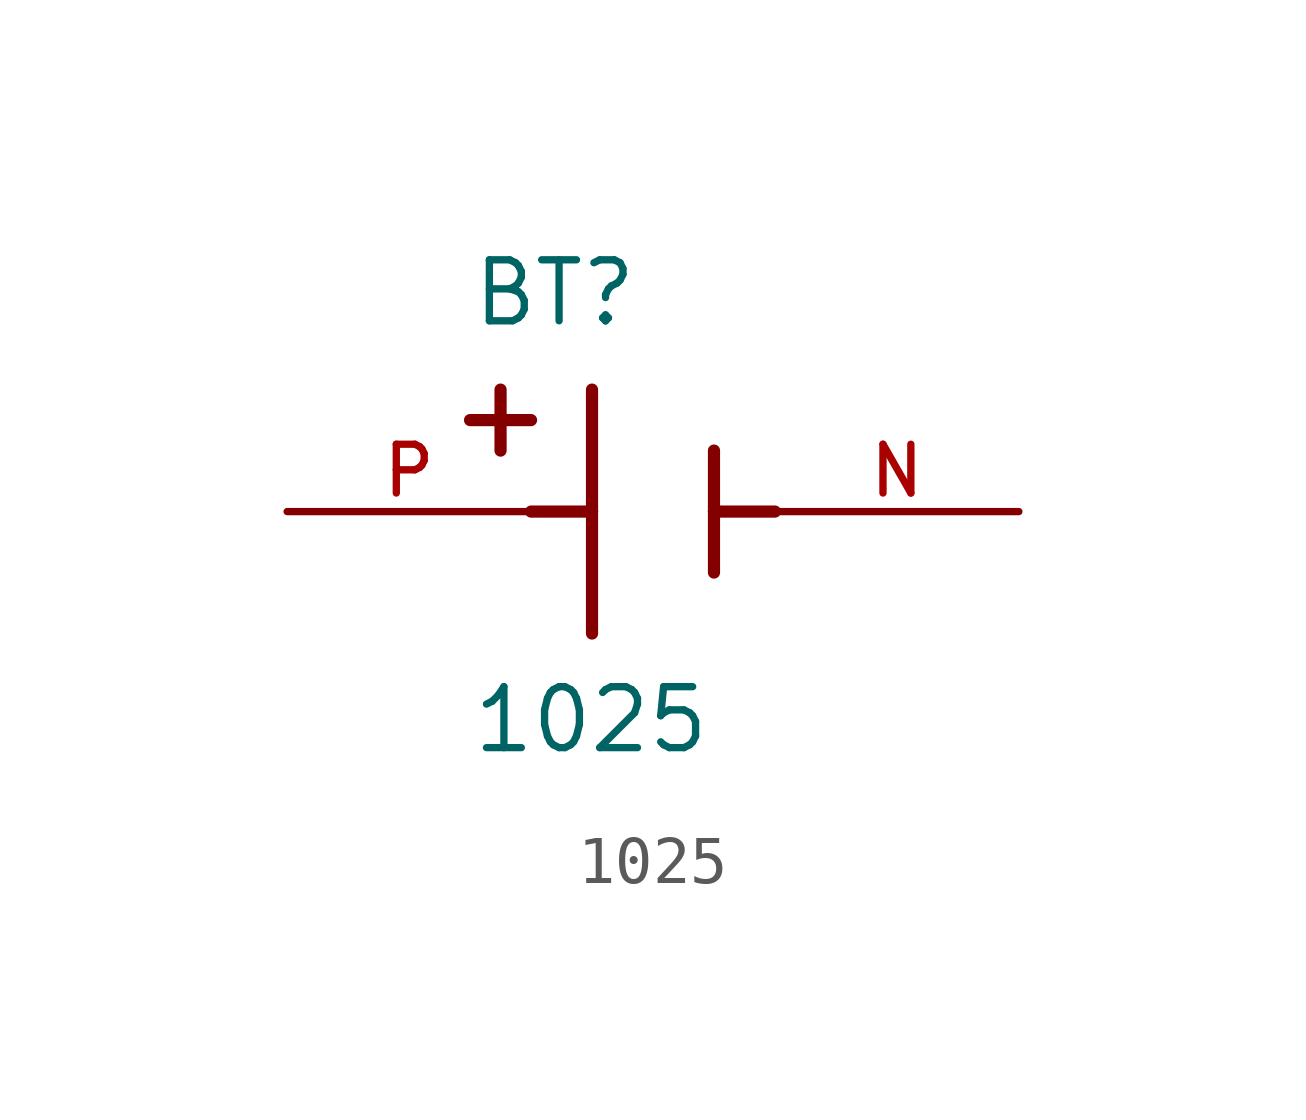
<source format=kicad_sym>
(kicad_symbol_lib
  (version 20211014)
  (generator kicad_symbol_editor)
  (symbol "1025"
    (pin_names
      (offset 1.016))
    (property "Reference" "BT"
      (at -3.81 3.81 0)
      (effects (font (size 1.27 1.27)) (justify bottom left)))
    (property "Value" "1025"
      (at -3.81 -5.08 0)
      (effects (font (size 1.27 1.27)) (justify bottom left)))
    (symbol "1025_0_0"
      (polyline (pts (xy -1.27 2.54) (xy -1.27 0.0)) (stroke (width 0.254)))
      (polyline (pts (xy -1.27 0.0) (xy -1.27 -2.54)) (stroke (width 0.254)))
      (polyline (pts (xy 1.27 1.27) (xy 1.27 0.0)) (stroke (width 0.254)))
      (polyline (pts (xy 1.27 0.0) (xy 1.27 -1.27)) (stroke (width 0.254)))
      (polyline (pts (xy -1.27 0.0) (xy -2.54 0.0)) (stroke (width 0.254)))
      (polyline (pts (xy 1.27 0.0) (xy 2.54 0.0)) (stroke (width 0.254)))
      (polyline (pts (xy -3.175 2.54) (xy -3.175 1.27)) (stroke (width 0.254)))
      (polyline (pts (xy -3.81 1.905) (xy -2.54 1.905)) (stroke (width 0.254)))
      (pin passive line (at -7.62 0.0 0) (length 5.08) (name "~" (effects (font (size 1.016 1.016)))) (number "P" (effects (font (size 1.016 1.016)))))
      (pin passive line (at 7.62 0.0 180.0) (length 5.08) (name "~" (effects (font (size 1.016 1.016)))) (number "N" (effects (font (size 1.016 1.016))))))))
</source>
